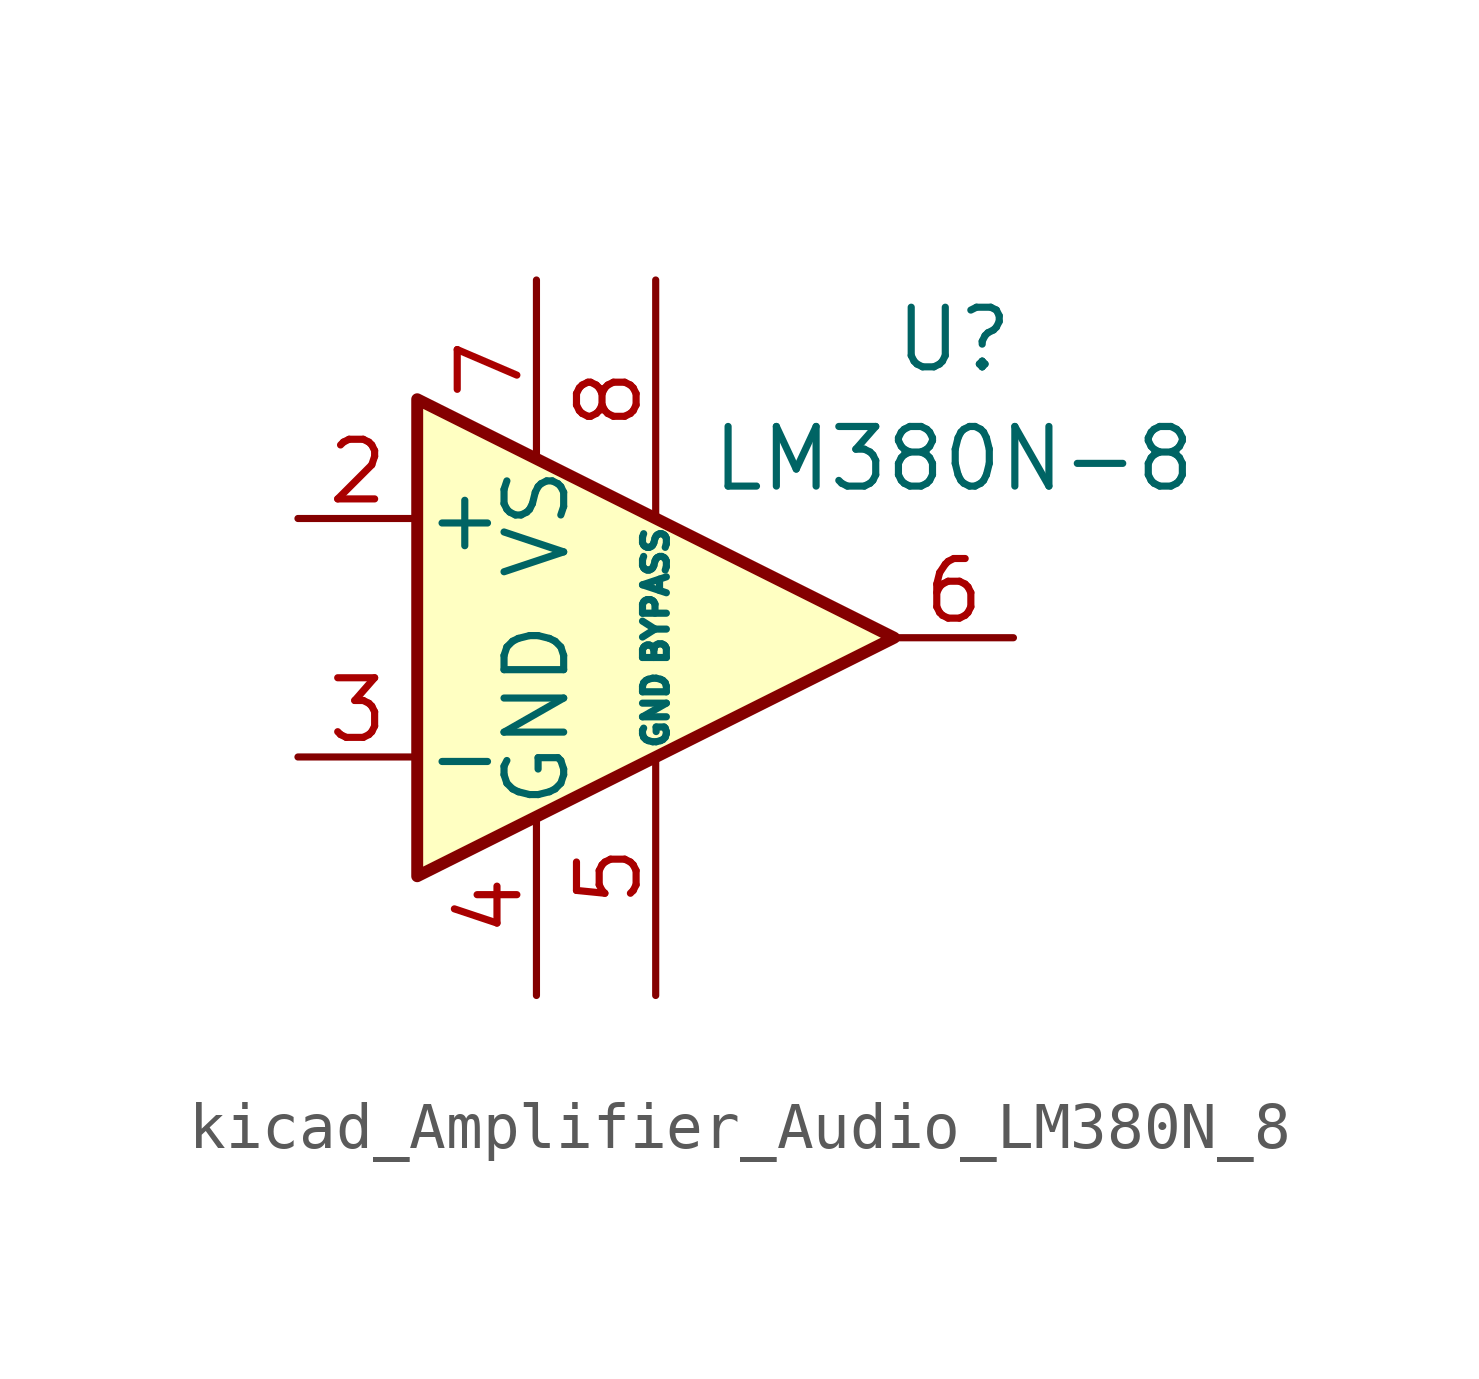
<source format=kicad_sym>
(kicad_symbol_lib
  (version 20220914)
  (generator kicad_symbol_editor)
  (symbol "kicad_Amplifier_Audio_LM380N_8"
    (pin_names
      (offset 0.127))
    (property "Reference" "U"
      (at 6.35 6.35 0)
      (effects (font (size 1.27 1.27))))
    (property "Value" "LM380N-8"
      (at 6.35 3.81 0)
      (effects (font (size 1.27 1.27))))
    (symbol "kicad_Amplifier_Audio_LM380N_8_0_1"
      (polyline (pts (xy -5.08 5.08) (xy 5.08 0) (xy -5.08 -5.08) (xy -5.08 5.08)) (stroke (width 0.254) (type default)) (fill (type background))))
    (symbol "kicad_Amplifier_Audio_LM380N_8_1_1"
      (pin no_connect line (at 0 2.54 270) (length 2.54) hide (name "NC" (effects (font (size 1.27 1.27)))) (number "1" (effects (font (size 1.27 1.27)))))
      (pin input line (at -7.62 2.54 0) (length 2.54) (name "+" (effects (font (size 1.27 1.27)))) (number "2" (effects (font (size 1.27 1.27)))))
      (pin input line (at -7.62 -2.54 0) (length 2.54) (name "-" (effects (font (size 1.27 1.27)))) (number "3" (effects (font (size 1.27 1.27)))))
      (pin power_in line (at -2.54 -7.62 90) (length 3.81) (name "GND" (effects (font (size 1.27 1.27)))) (number "4" (effects (font (size 1.27 1.27)))))
      (pin power_in line (at 0 -7.62 90) (length 5.08) (name "GND" (effects (font (size 0.508 0.508)))) (number "5" (effects (font (size 1.27 1.27)))))
      (pin output line (at 7.62 0 180) (length 2.54) (name "~" (effects (font (size 1.27 1.27)))) (number "6" (effects (font (size 1.27 1.27)))))
      (pin power_in line (at -2.54 7.62 270) (length 3.81) (name "VS" (effects (font (size 1.27 1.27)))) (number "7" (effects (font (size 1.27 1.27)))))
      (pin passive line (at 0 7.62 270) (length 5.08) (name "BYPASS" (effects (font (size 0.508 0.508)))) (number "8" (effects (font (size 1.27 1.27))))))))
</source>
